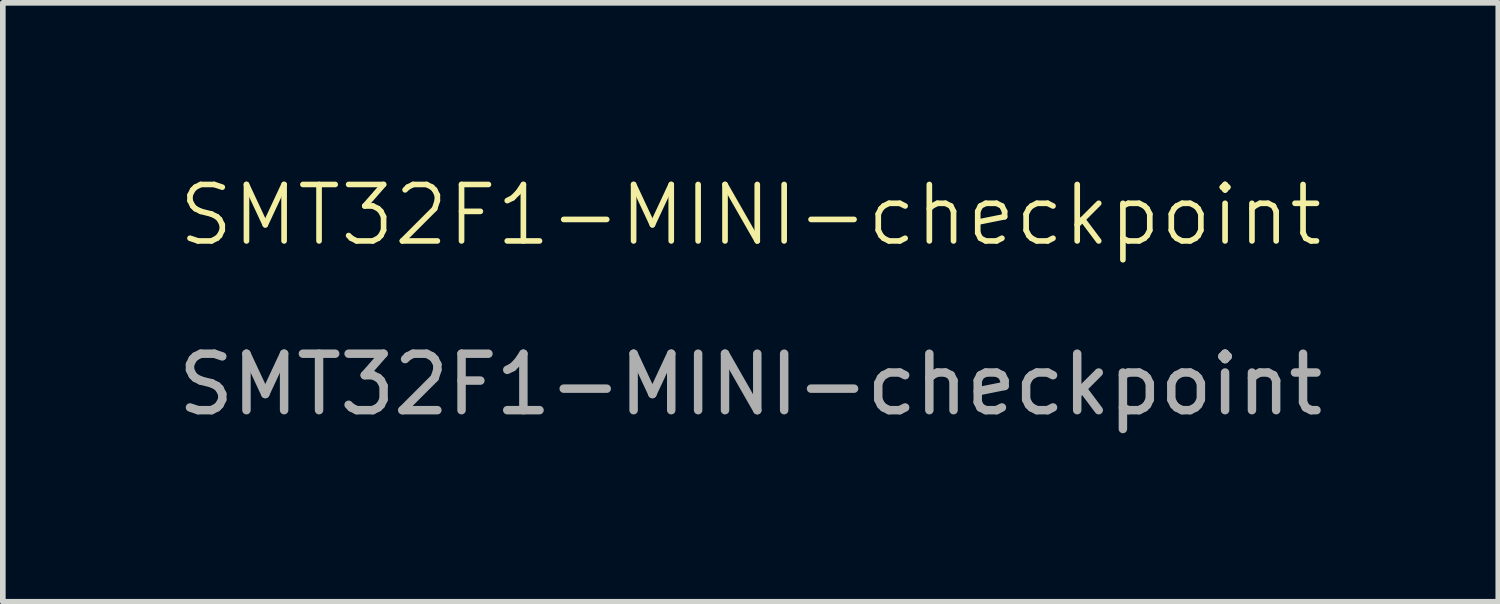
<source format=kicad_pcb>
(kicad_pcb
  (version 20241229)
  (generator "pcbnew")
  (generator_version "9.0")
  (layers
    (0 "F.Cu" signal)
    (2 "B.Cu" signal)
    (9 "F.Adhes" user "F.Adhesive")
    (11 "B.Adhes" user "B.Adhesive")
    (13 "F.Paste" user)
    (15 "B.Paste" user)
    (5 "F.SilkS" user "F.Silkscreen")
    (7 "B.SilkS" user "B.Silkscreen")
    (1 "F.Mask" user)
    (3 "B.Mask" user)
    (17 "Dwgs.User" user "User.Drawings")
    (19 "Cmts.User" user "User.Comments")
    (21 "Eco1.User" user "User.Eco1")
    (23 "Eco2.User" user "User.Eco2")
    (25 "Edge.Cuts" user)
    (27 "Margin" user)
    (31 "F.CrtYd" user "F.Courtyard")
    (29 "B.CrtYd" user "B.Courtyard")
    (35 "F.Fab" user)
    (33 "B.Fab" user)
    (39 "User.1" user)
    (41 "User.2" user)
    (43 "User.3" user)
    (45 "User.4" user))
  (footprint "SMT32F1-MINI-checkpoint"
    (layer "F.Cu")
    (at 10.244 1.26)
    (property "Reference" "SMT32F1-MINI-checkpoint" (at 0 -0.5 0) (unlocked yes) (layer "F.SilkS") (effects (font (size 1 1) (thickness 0.1))))
    (fp_text user "${REFERENCE}" (at 0 2.5 0) (unlocked yes) (layer "F.Fab") (effects (font (size 1 1) (thickness 0.15)))))
  (gr_rect
    (start -3 -3)
    (end 23.488 7.609)
    (stroke (width 0.1) (type default))
    (fill no)
    (layer "Edge.Cuts")))
</source>
